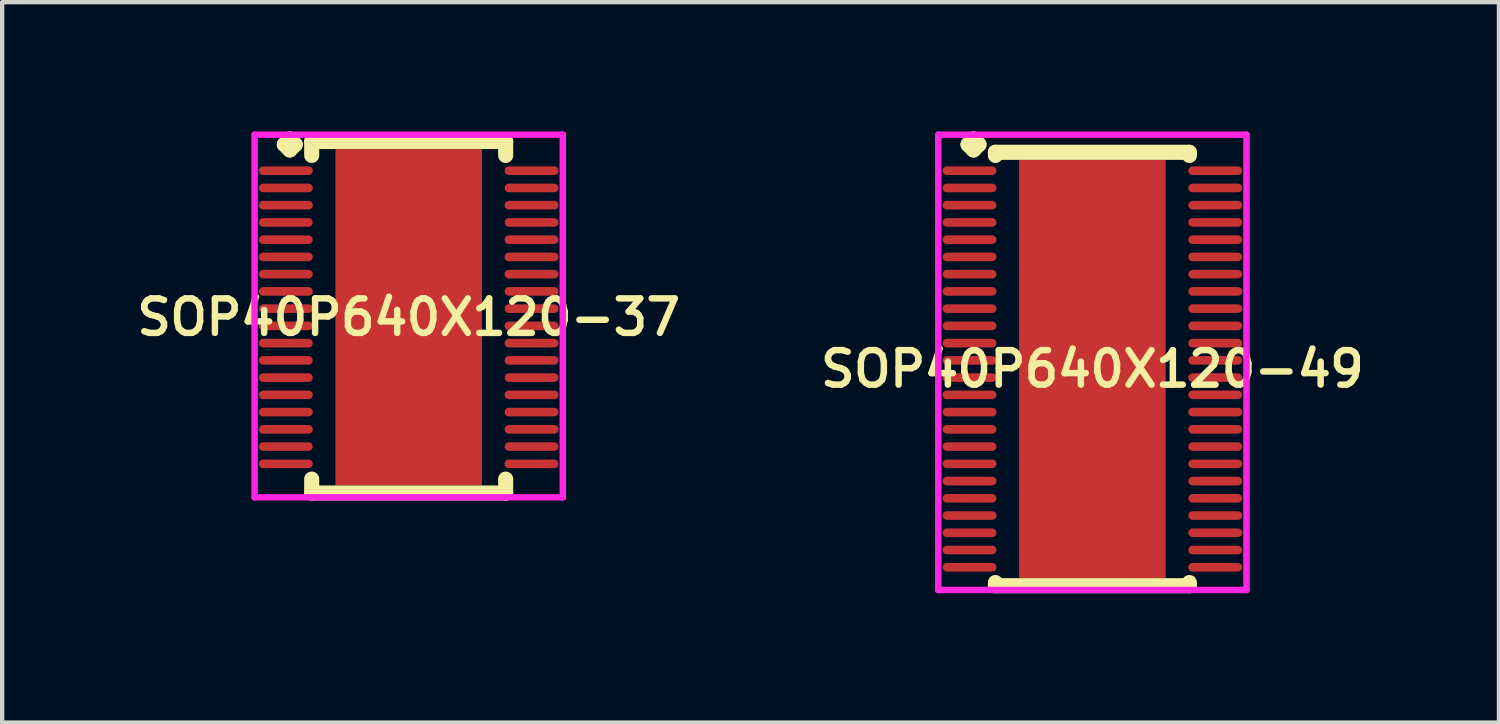
<source format=kicad_pcb>
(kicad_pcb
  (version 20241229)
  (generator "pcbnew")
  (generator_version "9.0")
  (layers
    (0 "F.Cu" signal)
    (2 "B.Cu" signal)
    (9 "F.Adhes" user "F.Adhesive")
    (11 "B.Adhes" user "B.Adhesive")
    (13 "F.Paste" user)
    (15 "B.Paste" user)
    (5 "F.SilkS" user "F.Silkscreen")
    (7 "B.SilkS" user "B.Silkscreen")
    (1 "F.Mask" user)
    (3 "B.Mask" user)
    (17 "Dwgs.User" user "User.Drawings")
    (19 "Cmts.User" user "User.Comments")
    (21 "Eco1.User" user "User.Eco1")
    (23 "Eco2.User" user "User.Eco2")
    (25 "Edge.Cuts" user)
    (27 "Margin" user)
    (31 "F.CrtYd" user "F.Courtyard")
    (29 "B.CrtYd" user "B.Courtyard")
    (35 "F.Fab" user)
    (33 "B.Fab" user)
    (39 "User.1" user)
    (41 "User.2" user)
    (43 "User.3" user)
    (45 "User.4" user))
  (footprint "SOP40P640X120-49"
    (layer "F.Cu")
    (at 22.292 5.51)
    (property "Reference" "SOP40P640X120-49" (at 0 0 0) (layer "F.SilkS") (effects (font (size 0.8 0.8) (thickness 0.15))))
    (attr through_hole)
    (fp_line (start -2.885 -5.208) (end -2.758 -5.335) (stroke (width 0.35) (type solid)) (layer "F.SilkS"))
    (fp_line (start -2.758 -5.335) (end -2.631 -5.208) (stroke (width 0.35) (type solid)) (layer "F.SilkS"))
    (fp_line (start -2.758 -5.081) (end -2.885 -5.208) (stroke (width 0.35) (type solid)) (layer "F.SilkS"))
    (fp_line (start -2.631 -5.208) (end -2.758 -5.081) (stroke (width 0.35) (type solid)) (layer "F.SilkS"))
    (fp_line (start -2.25 -5.027) (end 2.25 -5.027) (stroke (width 0.35) (type solid)) (layer "F.SilkS"))
    (fp_line (start -2.25 -4.954) (end -2.25 -5.027) (stroke (width 0.35) (type solid)) (layer "F.SilkS"))
    (fp_line (start -2.25 4.954) (end -2.25 5.027) (stroke (width 0.35) (type solid)) (layer "F.SilkS"))
    (fp_line (start -2.25 5.027) (end 2.25 5.027) (stroke (width 0.35) (type solid)) (layer "F.SilkS"))
    (fp_line (start 2.25 -5.027) (end 2.25 -4.954) (stroke (width 0.35) (type solid)) (layer "F.SilkS"))
    (fp_line (start 2.25 5.027) (end 2.25 4.954) (stroke (width 0.35) (type solid)) (layer "F.SilkS"))
    (fp_line (start -3.575 -5.435) (end 3.575 -5.435) (stroke (width 0.15) (type solid)) (layer "F.CrtYd"))
    (fp_line (start -3.575 5.127) (end -3.575 -5.435) (stroke (width 0.15) (type solid)) (layer "F.CrtYd"))
    (fp_line (start 3.575 -5.435) (end 3.575 5.127) (stroke (width 0.15) (type solid)) (layer "F.CrtYd"))
    (fp_line (start 3.575 5.127) (end -3.575 5.127) (stroke (width 0.15) (type solid)) (layer "F.CrtYd"))
    (pad "1" smd oval (at -2.85 -4.6) (size 1.25 0.2) (layers "F.Cu" "F.Mask" "F.Paste"))
    (pad "2" smd oval (at -2.85 -4.2) (size 1.25 0.2) (layers "F.Cu" "F.Mask" "F.Paste"))
    (pad "3" smd oval (at -2.85 -3.8) (size 1.25 0.2) (layers "F.Cu" "F.Mask" "F.Paste"))
    (pad "4" smd oval (at -2.85 -3.4) (size 1.25 0.2) (layers "F.Cu" "F.Mask" "F.Paste"))
    (pad "5" smd oval (at -2.85 -3) (size 1.25 0.2) (layers "F.Cu" "F.Mask" "F.Paste"))
    (pad "6" smd oval (at -2.85 -2.6) (size 1.25 0.2) (layers "F.Cu" "F.Mask" "F.Paste"))
    (pad "7" smd oval (at -2.85 -2.2) (size 1.25 0.2) (layers "F.Cu" "F.Mask" "F.Paste"))
    (pad "8" smd oval (at -2.85 -1.8) (size 1.25 0.2) (layers "F.Cu" "F.Mask" "F.Paste"))
    (pad "9" smd oval (at -2.85 -1.4) (size 1.25 0.2) (layers "F.Cu" "F.Mask" "F.Paste"))
    (pad "10" smd oval (at -2.85 -1) (size 1.25 0.2) (layers "F.Cu" "F.Mask" "F.Paste"))
    (pad "11" smd oval (at -2.85 -0.6) (size 1.25 0.2) (layers "F.Cu" "F.Mask" "F.Paste"))
    (pad "12" smd oval (at -2.85 -0.2) (size 1.25 0.2) (layers "F.Cu" "F.Mask" "F.Paste"))
    (pad "13" smd oval (at -2.85 0.2) (size 1.25 0.2) (layers "F.Cu" "F.Mask" "F.Paste"))
    (pad "14" smd oval (at -2.85 0.6) (size 1.25 0.2) (layers "F.Cu" "F.Mask" "F.Paste"))
    (pad "15" smd oval (at -2.85 1) (size 1.25 0.2) (layers "F.Cu" "F.Mask" "F.Paste"))
    (pad "16" smd oval (at -2.85 1.4) (size 1.25 0.2) (layers "F.Cu" "F.Mask" "F.Paste"))
    (pad "17" smd oval (at -2.85 1.8) (size 1.25 0.2) (layers "F.Cu" "F.Mask" "F.Paste"))
    (pad "18" smd oval (at -2.85 2.2) (size 1.25 0.2) (layers "F.Cu" "F.Mask" "F.Paste"))
    (pad "19" smd oval (at -2.85 2.6) (size 1.25 0.2) (layers "F.Cu" "F.Mask" "F.Paste"))
    (pad "20" smd oval (at -2.85 3) (size 1.25 0.2) (layers "F.Cu" "F.Mask" "F.Paste"))
    (pad "21" smd oval (at -2.85 3.4) (size 1.25 0.2) (layers "F.Cu" "F.Mask" "F.Paste"))
    (pad "22" smd oval (at -2.85 3.8) (size 1.25 0.2) (layers "F.Cu" "F.Mask" "F.Paste"))
    (pad "23" smd oval (at -2.85 4.2) (size 1.25 0.2) (layers "F.Cu" "F.Mask" "F.Paste"))
    (pad "24" smd oval (at -2.85 4.6) (size 1.25 0.2) (layers "F.Cu" "F.Mask" "F.Paste"))
    (pad "25" smd oval (at 2.85 4.6) (size 1.25 0.2) (layers "F.Cu" "F.Mask" "F.Paste"))
    (pad "26" smd oval (at 2.85 4.2) (size 1.25 0.2) (layers "F.Cu" "F.Mask" "F.Paste"))
    (pad "27" smd oval (at 2.85 3.8) (size 1.25 0.2) (layers "F.Cu" "F.Mask" "F.Paste"))
    (pad "28" smd oval (at 2.85 3.4) (size 1.25 0.2) (layers "F.Cu" "F.Mask" "F.Paste"))
    (pad "29" smd oval (at 2.85 3) (size 1.25 0.2) (layers "F.Cu" "F.Mask" "F.Paste"))
    (pad "30" smd oval (at 2.85 2.6) (size 1.25 0.2) (layers "F.Cu" "F.Mask" "F.Paste"))
    (pad "31" smd oval (at 2.85 2.2) (size 1.25 0.2) (layers "F.Cu" "F.Mask" "F.Paste"))
    (pad "32" smd oval (at 2.85 1.8) (size 1.25 0.2) (layers "F.Cu" "F.Mask" "F.Paste"))
    (pad "33" smd oval (at 2.85 1.4) (size 1.25 0.2) (layers "F.Cu" "F.Mask" "F.Paste"))
    (pad "34" smd oval (at 2.85 1) (size 1.25 0.2) (layers "F.Cu" "F.Mask" "F.Paste"))
    (pad "35" smd oval (at 2.85 0.6) (size 1.25 0.2) (layers "F.Cu" "F.Mask" "F.Paste"))
    (pad "36" smd oval (at 2.85 0.2) (size 1.25 0.2) (layers "F.Cu" "F.Mask" "F.Paste"))
    (pad "37" smd oval (at 2.85 -0.2) (size 1.25 0.2) (layers "F.Cu" "F.Mask" "F.Paste"))
    (pad "38" smd oval (at 2.85 -0.6) (size 1.25 0.2) (layers "F.Cu" "F.Mask" "F.Paste"))
    (pad "39" smd oval (at 2.85 -1) (size 1.25 0.2) (layers "F.Cu" "F.Mask" "F.Paste"))
    (pad "40" smd oval (at 2.85 -1.4) (size 1.25 0.2) (layers "F.Cu" "F.Mask" "F.Paste"))
    (pad "41" smd oval (at 2.85 -1.8) (size 1.25 0.2) (layers "F.Cu" "F.Mask" "F.Paste"))
    (pad "42" smd oval (at 2.85 -2.2) (size 1.25 0.2) (layers "F.Cu" "F.Mask" "F.Paste"))
    (pad "43" smd oval (at 2.85 -2.6) (size 1.25 0.2) (layers "F.Cu" "F.Mask" "F.Paste"))
    (pad "44" smd oval (at 2.85 -3) (size 1.25 0.2) (layers "F.Cu" "F.Mask" "F.Paste"))
    (pad "45" smd oval (at 2.85 -3.4) (size 1.25 0.2) (layers "F.Cu" "F.Mask" "F.Paste"))
    (pad "46" smd oval (at 2.85 -3.8) (size 1.25 0.2) (layers "F.Cu" "F.Mask" "F.Paste"))
    (pad "47" smd oval (at 2.85 -4.2) (size 1.25 0.2) (layers "F.Cu" "F.Mask" "F.Paste"))
    (pad "48" smd oval (at 2.85 -4.6) (size 1.25 0.2) (layers "F.Cu" "F.Mask" "F.Paste"))
    (pad "49" smd rect (at 0 0) (size 3.4 9.7) (layers "F.Cu" "F.Mask" "F.Paste")))
  (footprint "SOP40P640X120-37"
    (layer "F.Cu")
    (at 6.431 4.31)
    (property "Reference" "SOP40P640X120-37" (at 0 0 0) (layer "F.SilkS") (effects (font (size 0.8 0.8) (thickness 0.15))))
    (attr through_hole)
    (fp_line (start -2.885 -4.008) (end -2.758 -4.135) (stroke (width 0.35) (type solid)) (layer "F.SilkS"))
    (fp_line (start -2.758 -4.135) (end -2.631 -4.008) (stroke (width 0.35) (type solid)) (layer "F.SilkS"))
    (fp_line (start -2.758 -3.881) (end -2.885 -4.008) (stroke (width 0.35) (type solid)) (layer "F.SilkS"))
    (fp_line (start -2.631 -4.008) (end -2.758 -3.881) (stroke (width 0.35) (type solid)) (layer "F.SilkS"))
    (fp_line (start -2.25 -4.077) (end 2.25 -4.077) (stroke (width 0.35) (type solid)) (layer "F.SilkS"))
    (fp_line (start -2.25 -3.754) (end -2.25 -4.077) (stroke (width 0.35) (type solid)) (layer "F.SilkS"))
    (fp_line (start -2.25 3.754) (end -2.25 4.077) (stroke (width 0.35) (type solid)) (layer "F.SilkS"))
    (fp_line (start -2.25 4.077) (end 2.25 4.077) (stroke (width 0.35) (type solid)) (layer "F.SilkS"))
    (fp_line (start 2.25 -4.077) (end 2.25 -3.754) (stroke (width 0.35) (type solid)) (layer "F.SilkS"))
    (fp_line (start 2.25 4.077) (end 2.25 3.754) (stroke (width 0.35) (type solid)) (layer "F.SilkS"))
    (fp_line (start -3.575 -4.235) (end 3.575 -4.235) (stroke (width 0.15) (type solid)) (layer "F.CrtYd"))
    (fp_line (start -3.575 4.177) (end -3.575 -4.235) (stroke (width 0.15) (type solid)) (layer "F.CrtYd"))
    (fp_line (start 3.575 -4.235) (end 3.575 4.177) (stroke (width 0.15) (type solid)) (layer "F.CrtYd"))
    (fp_line (start 3.575 4.177) (end -3.575 4.177) (stroke (width 0.15) (type solid)) (layer "F.CrtYd"))
    (pad "1" smd oval (at -2.85 -3.4) (size 1.25 0.2) (layers "F.Cu" "F.Mask" "F.Paste"))
    (pad "2" smd oval (at -2.85 -3) (size 1.25 0.2) (layers "F.Cu" "F.Mask" "F.Paste"))
    (pad "3" smd oval (at -2.85 -2.6) (size 1.25 0.2) (layers "F.Cu" "F.Mask" "F.Paste"))
    (pad "4" smd oval (at -2.85 -2.2) (size 1.25 0.2) (layers "F.Cu" "F.Mask" "F.Paste"))
    (pad "5" smd oval (at -2.85 -1.8) (size 1.25 0.2) (layers "F.Cu" "F.Mask" "F.Paste"))
    (pad "6" smd oval (at -2.85 -1.4) (size 1.25 0.2) (layers "F.Cu" "F.Mask" "F.Paste"))
    (pad "7" smd oval (at -2.85 -1) (size 1.25 0.2) (layers "F.Cu" "F.Mask" "F.Paste"))
    (pad "8" smd oval (at -2.85 -0.6) (size 1.25 0.2) (layers "F.Cu" "F.Mask" "F.Paste"))
    (pad "9" smd oval (at -2.85 -0.2) (size 1.25 0.2) (layers "F.Cu" "F.Mask" "F.Paste"))
    (pad "10" smd oval (at -2.85 0.2) (size 1.25 0.2) (layers "F.Cu" "F.Mask" "F.Paste"))
    (pad "11" smd oval (at -2.85 0.6) (size 1.25 0.2) (layers "F.Cu" "F.Mask" "F.Paste"))
    (pad "12" smd oval (at -2.85 1) (size 1.25 0.2) (layers "F.Cu" "F.Mask" "F.Paste"))
    (pad "13" smd oval (at -2.85 1.4) (size 1.25 0.2) (layers "F.Cu" "F.Mask" "F.Paste"))
    (pad "14" smd oval (at -2.85 1.8) (size 1.25 0.2) (layers "F.Cu" "F.Mask" "F.Paste"))
    (pad "15" smd oval (at -2.85 2.2) (size 1.25 0.2) (layers "F.Cu" "F.Mask" "F.Paste"))
    (pad "16" smd oval (at -2.85 2.6) (size 1.25 0.2) (layers "F.Cu" "F.Mask" "F.Paste"))
    (pad "17" smd oval (at -2.85 3) (size 1.25 0.2) (layers "F.Cu" "F.Mask" "F.Paste"))
    (pad "18" smd oval (at -2.85 3.4) (size 1.25 0.2) (layers "F.Cu" "F.Mask" "F.Paste"))
    (pad "19" smd oval (at 2.85 3.4) (size 1.25 0.2) (layers "F.Cu" "F.Mask" "F.Paste"))
    (pad "20" smd oval (at 2.85 3) (size 1.25 0.2) (layers "F.Cu" "F.Mask" "F.Paste"))
    (pad "21" smd oval (at 2.85 2.6) (size 1.25 0.2) (layers "F.Cu" "F.Mask" "F.Paste"))
    (pad "22" smd oval (at 2.85 2.2) (size 1.25 0.2) (layers "F.Cu" "F.Mask" "F.Paste"))
    (pad "23" smd oval (at 2.85 1.8) (size 1.25 0.2) (layers "F.Cu" "F.Mask" "F.Paste"))
    (pad "24" smd oval (at 2.85 1.4) (size 1.25 0.2) (layers "F.Cu" "F.Mask" "F.Paste"))
    (pad "25" smd oval (at 2.85 1) (size 1.25 0.2) (layers "F.Cu" "F.Mask" "F.Paste"))
    (pad "26" smd oval (at 2.85 0.6) (size 1.25 0.2) (layers "F.Cu" "F.Mask" "F.Paste"))
    (pad "27" smd oval (at 2.85 0.2) (size 1.25 0.2) (layers "F.Cu" "F.Mask" "F.Paste"))
    (pad "28" smd oval (at 2.85 -0.2) (size 1.25 0.2) (layers "F.Cu" "F.Mask" "F.Paste"))
    (pad "29" smd oval (at 2.85 -0.6) (size 1.25 0.2) (layers "F.Cu" "F.Mask" "F.Paste"))
    (pad "30" smd oval (at 2.85 -1) (size 1.25 0.2) (layers "F.Cu" "F.Mask" "F.Paste"))
    (pad "31" smd oval (at 2.85 -1.4) (size 1.25 0.2) (layers "F.Cu" "F.Mask" "F.Paste"))
    (pad "32" smd oval (at 2.85 -1.8) (size 1.25 0.2) (layers "F.Cu" "F.Mask" "F.Paste"))
    (pad "33" smd oval (at 2.85 -2.2) (size 1.25 0.2) (layers "F.Cu" "F.Mask" "F.Paste"))
    (pad "34" smd oval (at 2.85 -2.6) (size 1.25 0.2) (layers "F.Cu" "F.Mask" "F.Paste"))
    (pad "35" smd oval (at 2.85 -3) (size 1.25 0.2) (layers "F.Cu" "F.Mask" "F.Paste"))
    (pad "36" smd oval (at 2.85 -3.4) (size 1.25 0.2) (layers "F.Cu" "F.Mask" "F.Paste"))
    (pad "37" smd rect (at 0 0) (size 3.4 7.8) (layers "F.Cu" "F.Mask" "F.Paste")))
  (gr_rect
    (start -3 -3)
    (end 31.723 13.712)
    (stroke (width 0.1) (type default))
    (fill no)
    (layer "Edge.Cuts")))
</source>
